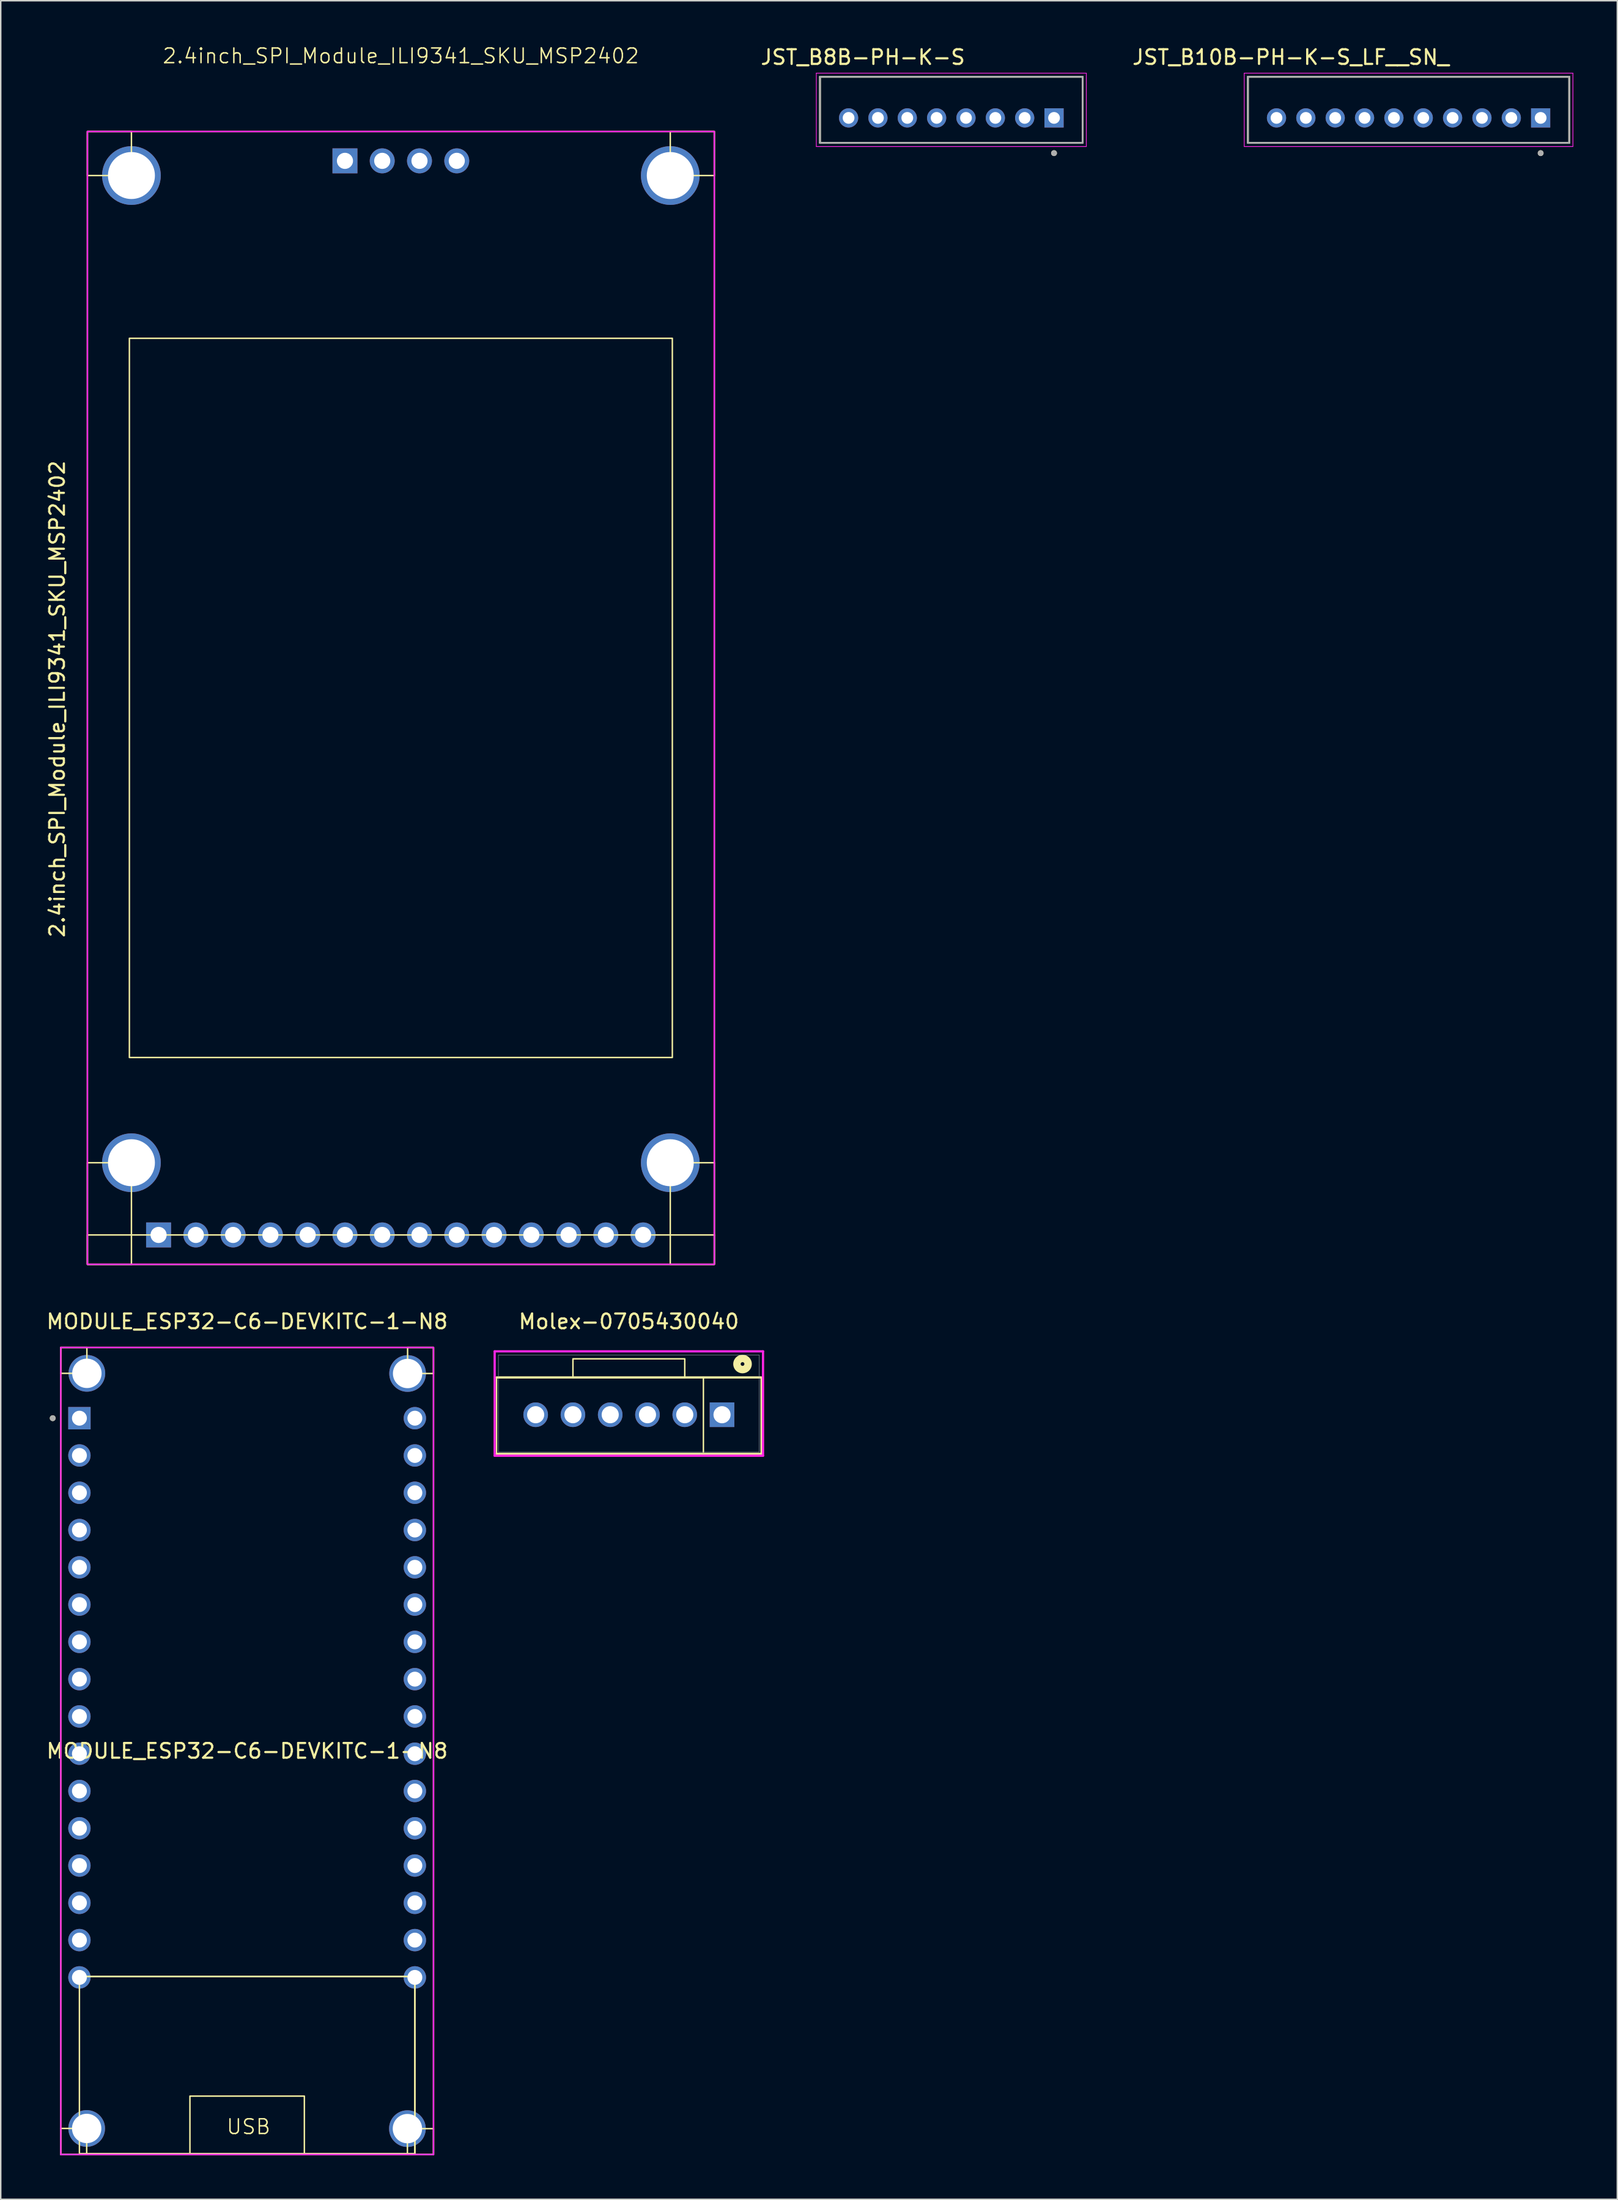
<source format=kicad_pcb>
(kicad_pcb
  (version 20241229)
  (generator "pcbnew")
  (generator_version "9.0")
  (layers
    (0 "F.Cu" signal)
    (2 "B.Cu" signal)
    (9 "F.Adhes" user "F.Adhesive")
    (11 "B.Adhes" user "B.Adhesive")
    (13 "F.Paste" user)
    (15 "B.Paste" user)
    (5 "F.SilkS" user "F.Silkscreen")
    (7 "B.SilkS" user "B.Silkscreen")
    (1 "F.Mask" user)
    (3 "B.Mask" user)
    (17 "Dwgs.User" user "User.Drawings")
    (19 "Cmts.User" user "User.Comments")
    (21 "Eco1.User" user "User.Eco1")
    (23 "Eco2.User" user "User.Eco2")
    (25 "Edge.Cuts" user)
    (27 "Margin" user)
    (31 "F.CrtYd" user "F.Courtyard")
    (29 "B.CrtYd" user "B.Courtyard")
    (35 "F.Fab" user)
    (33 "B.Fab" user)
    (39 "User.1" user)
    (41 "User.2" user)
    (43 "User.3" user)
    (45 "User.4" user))
  (footprint "Molex-0705430040"
    (layer "F.Cu")
    (at 39.804 93.541)
    (property "Reference" "Molex-0705430040" (at 0 -6.553 0) (unlocked yes) (layer "F.SilkS") (effects (font (size 1 1) (thickness 0.15))))
    (attr through_hole)
    (fp_line (start -9.017 -2.743) (end -9.017 2.464) (stroke (width 0.1) (type default)) (layer "F.SilkS"))
    (fp_line (start -9.017 2.464) (end 9.017 2.464) (stroke (width 0.152) (type solid)) (layer "F.SilkS"))
    (fp_line (start 9.017 -2.743) (end -9.017 -2.743) (stroke (width 0.152) (type solid)) (layer "F.SilkS"))
    (fp_line (start 9.017 -2.743) (end 9.017 2.464) (stroke (width 0.1) (type default)) (layer "F.SilkS"))
    (fp_rect (start -3.81 -4.013) (end 3.81 -2.743) (stroke (width 0.1) (type default)) (fill no) (layer "F.SilkS"))
    (fp_rect (start 5.08 -2.743) (end 5.08 2.337) (stroke (width 0.1) (type default)) (fill no) (layer "F.SilkS"))
    (fp_circle (center 7.747 -3.658) (end 8.128 -3.658) (stroke (width 0.508) (type solid)) (fill no) (layer "F.SilkS"))
    (fp_line (start -9.144 -4.521) (end -9.144 2.591) (stroke (width 0.152) (type solid)) (layer "F.CrtYd"))
    (fp_line (start -9.144 2.591) (end 9.144 2.591) (stroke (width 0.152) (type solid)) (layer "F.CrtYd"))
    (fp_line (start 9.144 -4.521) (end -9.144 -4.521) (stroke (width 0.152) (type solid)) (layer "F.CrtYd"))
    (fp_line (start 9.144 2.591) (end 9.144 -4.521) (stroke (width 0.152) (type solid)) (layer "F.CrtYd"))
    (fp_line (start -8.89 -4.267) (end -8.89 2.337) (stroke (width 0.025) (type solid)) (layer "F.Fab"))
    (fp_line (start -8.89 2.337) (end 8.89 2.337) (stroke (width 0.025) (type solid)) (layer "F.Fab"))
    (fp_line (start 8.89 -4.267) (end -8.89 -4.267) (stroke (width 0.025) (type solid)) (layer "F.Fab"))
    (fp_line (start 8.89 2.337) (end 8.89 -4.267) (stroke (width 0.025) (type solid)) (layer "F.Fab"))
    (pad "1" thru_hole rect (at 6.35 -0.203) (size 1.676 1.676) (drill 1.168) (layers "*.Cu" "*.Mask"))
    (pad "2" thru_hole circle (at 3.81 -0.203) (size 1.676 1.676) (drill 1.168) (layers "*.Cu" "*.Mask"))
    (pad "3" thru_hole circle (at 1.27 -0.203) (size 1.676 1.676) (drill 1.168) (layers "*.Cu" "*.Mask"))
    (pad "4" thru_hole circle (at -1.27 -0.203) (size 1.676 1.676) (drill 1.168) (layers "*.Cu" "*.Mask"))
    (pad "5" thru_hole circle (at -3.81 -0.203) (size 1.676 1.676) (drill 1.168) (layers "*.Cu" "*.Mask"))
    (pad "6" thru_hole circle (at -6.35 -0.203) (size 1.676 1.676) (drill 1.168) (layers "*.Cu" "*.Mask")))
  (footprint "JST_B8B-PH-K-S"
    (layer "F.Cu")
    (at 61.779 4.933)
    (property "Reference" "JST_B8B-PH-K-S" (at -6.025 -4.085 0) (layer "F.SilkS") (effects (font (size 1 1) (thickness 0.15))))
    (attr through_hole)
    (fp_line (start -8.95 -2.75) (end 8.95 -2.75) (stroke (width 0.127) (type solid)) (layer "F.SilkS"))
    (fp_line (start -8.95 1.75) (end -8.95 -2.75) (stroke (width 0.127) (type solid)) (layer "F.SilkS"))
    (fp_line (start 8.95 -2.75) (end 8.95 1.75) (stroke (width 0.127) (type solid)) (layer "F.SilkS"))
    (fp_line (start 8.95 1.75) (end -8.95 1.75) (stroke (width 0.127) (type solid)) (layer "F.SilkS"))
    (fp_circle (center 7 2.45) (end 7.1 2.45) (stroke (width 0.2) (type solid)) (fill no) (layer "F.SilkS"))
    (fp_line (start -9.2 -3) (end 9.2 -3) (stroke (width 0.05) (type solid)) (layer "F.CrtYd"))
    (fp_line (start -9.2 2) (end -9.2 -3) (stroke (width 0.05) (type solid)) (layer "F.CrtYd"))
    (fp_line (start 9.2 -3) (end 9.2 2) (stroke (width 0.05) (type solid)) (layer "F.CrtYd"))
    (fp_line (start 9.2 2) (end -9.2 2) (stroke (width 0.05) (type solid)) (layer "F.CrtYd"))
    (fp_line (start -8.95 -2.75) (end 8.95 -2.75) (stroke (width 0.127) (type solid)) (layer "F.Fab"))
    (fp_line (start -8.95 1.75) (end -8.95 -2.75) (stroke (width 0.127) (type solid)) (layer "F.Fab"))
    (fp_line (start 8.95 -2.75) (end 8.95 1.75) (stroke (width 0.127) (type solid)) (layer "F.Fab"))
    (fp_line (start 8.95 1.75) (end -8.95 1.75) (stroke (width 0.127) (type solid)) (layer "F.Fab"))
    (fp_circle (center 7 2.45) (end 7.1 2.45) (stroke (width 0.2) (type solid)) (fill no) (layer "F.Fab"))
    (pad "1" thru_hole rect (at 7 0.05) (size 1.308 1.308) (drill 0.8) (layers "*.Cu" "*.Mask"))
    (pad "2" thru_hole circle (at 5 0.05) (size 1.308 1.308) (drill 0.8) (layers "*.Cu" "*.Mask"))
    (pad "3" thru_hole circle (at 3 0.05) (size 1.308 1.308) (drill 0.8) (layers "*.Cu" "*.Mask"))
    (pad "4" thru_hole circle (at 1 0.05) (size 1.308 1.308) (drill 0.8) (layers "*.Cu" "*.Mask"))
    (pad "5" thru_hole circle (at -1 0.05) (size 1.308 1.308) (drill 0.8) (layers "*.Cu" "*.Mask"))
    (pad "6" thru_hole circle (at -3 0.05) (size 1.308 1.308) (drill 0.8) (layers "*.Cu" "*.Mask"))
    (pad "7" thru_hole circle (at -5 0.05) (size 1.308 1.308) (drill 0.8) (layers "*.Cu" "*.Mask"))
    (pad "8" thru_hole circle (at -7 0.05) (size 1.308 1.308) (drill 0.8) (layers "*.Cu" "*.Mask")))
  (footprint "JST_B10B-PH-K-S_LF__SN_"
    (layer "F.Cu")
    (at 92.94 4.433)
    (property "Reference" "JST_B10B-PH-K-S_LF__SN_" (at -8.025 -3.585 0) (layer "F.SilkS") (effects (font (size 1 1) (thickness 0.15))))
    (attr through_hole)
    (fp_line (start -10.95 -2.25) (end 10.95 -2.25) (stroke (width 0.127) (type solid)) (layer "F.SilkS"))
    (fp_line (start -10.95 2.25) (end -10.95 -2.25) (stroke (width 0.127) (type solid)) (layer "F.SilkS"))
    (fp_line (start 10.95 -2.25) (end 10.95 2.25) (stroke (width 0.127) (type solid)) (layer "F.SilkS"))
    (fp_line (start 10.95 2.25) (end -10.95 2.25) (stroke (width 0.127) (type solid)) (layer "F.SilkS"))
    (fp_circle (center 9 2.95) (end 9.1 2.95) (stroke (width 0.2) (type solid)) (fill no) (layer "F.SilkS"))
    (fp_line (start -11.2 -2.5) (end 11.2 -2.5) (stroke (width 0.05) (type solid)) (layer "F.CrtYd"))
    (fp_line (start -11.2 2.5) (end -11.2 -2.5) (stroke (width 0.05) (type solid)) (layer "F.CrtYd"))
    (fp_line (start 11.2 -2.5) (end 11.2 2.5) (stroke (width 0.05) (type solid)) (layer "F.CrtYd"))
    (fp_line (start 11.2 2.5) (end -11.2 2.5) (stroke (width 0.05) (type solid)) (layer "F.CrtYd"))
    (fp_line (start -10.95 -2.25) (end 10.95 -2.25) (stroke (width 0.127) (type solid)) (layer "F.Fab"))
    (fp_line (start -10.95 2.25) (end -10.95 -2.25) (stroke (width 0.127) (type solid)) (layer "F.Fab"))
    (fp_line (start 10.95 -2.25) (end 10.95 2.25) (stroke (width 0.127) (type solid)) (layer "F.Fab"))
    (fp_line (start 10.95 2.25) (end -10.95 2.25) (stroke (width 0.127) (type solid)) (layer "F.Fab"))
    (fp_circle (center 9 2.95) (end 9.1 2.95) (stroke (width 0.2) (type solid)) (fill no) (layer "F.Fab"))
    (pad "1" thru_hole rect (at 9 0.55) (size 1.308 1.308) (drill 0.8) (layers "*.Cu" "*.Mask"))
    (pad "2" thru_hole circle (at 7 0.55) (size 1.308 1.308) (drill 0.8) (layers "*.Cu" "*.Mask"))
    (pad "3" thru_hole circle (at 5 0.55) (size 1.308 1.308) (drill 0.8) (layers "*.Cu" "*.Mask"))
    (pad "4" thru_hole circle (at 3 0.55) (size 1.308 1.308) (drill 0.8) (layers "*.Cu" "*.Mask"))
    (pad "5" thru_hole circle (at 1 0.55) (size 1.308 1.308) (drill 0.8) (layers "*.Cu" "*.Mask"))
    (pad "6" thru_hole circle (at -1 0.55) (size 1.308 1.308) (drill 0.8) (layers "*.Cu" "*.Mask"))
    (pad "7" thru_hole circle (at -3 0.55) (size 1.308 1.308) (drill 0.8) (layers "*.Cu" "*.Mask"))
    (pad "8" thru_hole circle (at -5 0.55) (size 1.308 1.308) (drill 0.8) (layers "*.Cu" "*.Mask"))
    (pad "9" thru_hole circle (at -7 0.55) (size 1.308 1.308) (drill 0.8) (layers "*.Cu" "*.Mask"))
    (pad "10" thru_hole circle (at -9 0.55) (size 1.308 1.308) (drill 0.8) (layers "*.Cu" "*.Mask")))
  (footprint "MODULE_ESP32-C6-DEVKITC-1-N8"
    (layer "F.Cu")
    (at 13.792 117.899)
    (property "Reference" "MODULE_ESP32-C6-DEVKITC-1-N8" (at 0 -1.651 0) (layer "F.SilkS") (effects (font (size 1 1) (thickness 0.15))))
    (attr through_hole)
    (fp_line (start -11.43 13.716) (end 11.43 13.716) (stroke (width 0.1) (type default)) (layer "F.SilkS"))
    (fp_line (start 11.43 13.716) (end 11.43 25.781) (stroke (width 0.1) (type default)) (layer "F.SilkS"))
    (fp_rect (start -12.7 -29.146) (end -10.922 -27.381) (stroke (width 0.1) (type default)) (fill no) (layer "F.SilkS"))
    (fp_rect (start -12.7 -29.146) (end 12.7 25.845) (stroke (width 0.1) (type default)) (fill no) (layer "F.SilkS"))
    (fp_rect (start -12.7 24.067) (end -10.935 25.845) (stroke (width 0.1) (type default)) (fill no) (layer "F.SilkS"))
    (fp_rect (start -11.43 13.716) (end 11.43 25.781) (stroke (width 0.1) (type default)) (fill no) (layer "F.SilkS"))
    (fp_rect (start -3.899 21.863) (end 3.899 25.838) (stroke (width 0.1) (type default)) (fill no) (layer "F.SilkS"))
    (fp_rect (start 10.922 24.079) (end 12.7 25.845) (stroke (width 0.1) (type default)) (fill no) (layer "F.SilkS"))
    (fp_rect (start 10.935 -29.146) (end 12.7 -27.369) (stroke (width 0.1) (type default)) (fill no) (layer "F.SilkS"))
    (fp_circle (center -13.25 -24.325) (end -13.15 -24.325) (stroke (width 0.2) (type solid)) (fill no) (layer "F.SilkS"))
    (fp_rect (start -12.7 -29.146) (end 12.7 25.845) (stroke (width 0.1) (type solid)) (fill no) (layer "F.CrtYd"))
    (fp_circle (center -13.25 -24.325) (end -13.15 -24.325) (stroke (width 0.2) (type solid)) (fill no) (layer "F.Fab"))
    (fp_text user "USB" (at -1.473 24.536 0) (unlocked yes) (layer "F.SilkS") (effects (font (size 1 1) (thickness 0.1)) (justify left bottom)))
    (fp_text user "${REFERENCE}" (at 0 -30.912 0) (unlocked yes) (layer "F.SilkS") (effects (font (size 1 1) (thickness 0.15))))
    (pad "B1" thru_hole circle (at -10.922 -27.381) (size 2.5 2.5) (drill 2) (layers "*.Cu" "*.Mask"))
    (pad "B2" thru_hole circle (at 10.935 -27.369) (size 2.5 2.5) (drill 2) (layers "*.Cu" "*.Mask"))
    (pad "B3" thru_hole circle (at 10.922 24.079) (size 2.5 2.5) (drill 2) (layers "*.Cu" "*.Mask"))
    (pad "B4" thru_hole circle (at -10.935 24.067) (size 2.5 2.5) (drill 2) (layers "*.Cu" "*.Mask"))
    (pad "J1_1" thru_hole rect (at -11.43 -24.325) (size 1.524 1.524) (drill 1.016) (layers "*.Cu" "*.Mask"))
    (pad "J1_2" thru_hole circle (at -11.43 -21.785) (size 1.524 1.524) (drill 1.016) (layers "*.Cu" "*.Mask"))
    (pad "J1_3" thru_hole circle (at -11.43 -19.245) (size 1.524 1.524) (drill 1.016) (layers "*.Cu" "*.Mask"))
    (pad "J1_4" thru_hole circle (at -11.43 -16.705) (size 1.524 1.524) (drill 1.016) (layers "*.Cu" "*.Mask"))
    (pad "J1_5" thru_hole circle (at -11.43 -14.165) (size 1.524 1.524) (drill 1.016) (layers "*.Cu" "*.Mask"))
    (pad "J1_6" thru_hole circle (at -11.43 -11.625) (size 1.524 1.524) (drill 1.016) (layers "*.Cu" "*.Mask"))
    (pad "J1_7" thru_hole circle (at -11.43 -9.085) (size 1.524 1.524) (drill 1.016) (layers "*.Cu" "*.Mask"))
    (pad "J1_8" thru_hole circle (at -11.43 -6.545) (size 1.524 1.524) (drill 1.016) (layers "*.Cu" "*.Mask"))
    (pad "J1_9" thru_hole circle (at -11.43 -4.005) (size 1.524 1.524) (drill 1.016) (layers "*.Cu" "*.Mask"))
    (pad "J1_10" thru_hole circle (at -11.43 -1.465) (size 1.524 1.524) (drill 1.016) (layers "*.Cu" "*.Mask"))
    (pad "J1_11" thru_hole circle (at -11.43 1.075) (size 1.524 1.524) (drill 1.016) (layers "*.Cu" "*.Mask"))
    (pad "J1_12" thru_hole circle (at -11.43 3.615) (size 1.524 1.524) (drill 1.016) (layers "*.Cu" "*.Mask"))
    (pad "J1_13" thru_hole circle (at -11.43 6.155) (size 1.524 1.524) (drill 1.016) (layers "*.Cu" "*.Mask"))
    (pad "J1_14" thru_hole circle (at -11.43 8.695) (size 1.524 1.524) (drill 1.016) (layers "*.Cu" "*.Mask"))
    (pad "J1_15" thru_hole circle (at -11.43 11.235) (size 1.524 1.524) (drill 1.016) (layers "*.Cu" "*.Mask"))
    (pad "J1_16" thru_hole circle (at -11.43 13.775) (size 1.524 1.524) (drill 1.016) (layers "*.Cu" "*.Mask"))
    (pad "J3_1" thru_hole circle (at 11.43 -24.325) (size 1.524 1.524) (drill 1.016) (layers "*.Cu" "*.Mask"))
    (pad "J3_2" thru_hole circle (at 11.43 -21.785) (size 1.524 1.524) (drill 1.016) (layers "*.Cu" "*.Mask"))
    (pad "J3_3" thru_hole circle (at 11.43 -19.245) (size 1.524 1.524) (drill 1.016) (layers "*.Cu" "*.Mask"))
    (pad "J3_4" thru_hole circle (at 11.43 -16.705) (size 1.524 1.524) (drill 1.016) (layers "*.Cu" "*.Mask"))
    (pad "J3_5" thru_hole circle (at 11.43 -14.165) (size 1.524 1.524) (drill 1.016) (layers "*.Cu" "*.Mask"))
    (pad "J3_6" thru_hole circle (at 11.43 -11.625) (size 1.524 1.524) (drill 1.016) (layers "*.Cu" "*.Mask"))
    (pad "J3_7" thru_hole circle (at 11.43 -9.085) (size 1.524 1.524) (drill 1.016) (layers "*.Cu" "*.Mask"))
    (pad "J3_8" thru_hole circle (at 11.43 -6.545) (size 1.524 1.524) (drill 1.016) (layers "*.Cu" "*.Mask"))
    (pad "J3_9" thru_hole circle (at 11.43 -4.005) (size 1.524 1.524) (drill 1.016) (layers "*.Cu" "*.Mask"))
    (pad "J3_10" thru_hole circle (at 11.43 -1.465) (size 1.524 1.524) (drill 1.016) (layers "*.Cu" "*.Mask"))
    (pad "J3_11" thru_hole circle (at 11.43 1.075) (size 1.524 1.524) (drill 1.016) (layers "*.Cu" "*.Mask"))
    (pad "J3_12" thru_hole circle (at 11.43 3.615) (size 1.524 1.524) (drill 1.016) (layers "*.Cu" "*.Mask"))
    (pad "J3_13" thru_hole circle (at 11.43 6.155) (size 1.524 1.524) (drill 1.016) (layers "*.Cu" "*.Mask"))
    (pad "J3_14" thru_hole circle (at 11.43 8.695) (size 1.524 1.524) (drill 1.016) (layers "*.Cu" "*.Mask"))
    (pad "J3_15" thru_hole circle (at 11.43 11.235) (size 1.524 1.524) (drill 1.016) (layers "*.Cu" "*.Mask"))
    (pad "J3_16" thru_hole circle (at 11.43 13.775) (size 1.524 1.524) (drill 1.016) (layers "*.Cu" "*.Mask")))
  (footprint "2.4inch_SPI_Module_ILI9341_SKU_MSP2402"
    (layer "F.Cu")
    (at 24.267 44.499)
    (property "Reference" "2.4inch_SPI_Module_ILI9341_SKU_MSP2402" (at 0 -43.739 0) (unlocked yes) (layer "F.SilkS") (effects (font (size 1 1) (thickness 0.1))))
    (attr through_hole)
    (fp_rect (start -21.36 -38.59) (end -18.36 -35.59) (stroke (width 0.1) (type default)) (fill no) (layer "F.SilkS"))
    (fp_rect (start -21.36 31.67) (end -18.36 38.59) (stroke (width 0.1) (type default)) (fill no) (layer "F.SilkS"))
    (fp_rect (start -21.36 36.59) (end 21.36 38.59) (stroke (width 0.1) (type default)) (fill no) (layer "F.SilkS"))
    (fp_rect (start -21.36 38.59) (end 21.36 -38.59) (stroke (width 0.1) (type default)) (fill no) (layer "F.SilkS"))
    (fp_rect (start -18.5 -24.5) (end 18.5 24.5) (stroke (width 0.1) (type default)) (fill no) (layer "F.SilkS"))
    (fp_rect (start 18.36 -38.59) (end 21.36 -35.59) (stroke (width 0.1) (type default)) (fill no) (layer "F.SilkS"))
    (fp_rect (start 18.36 31.67) (end 21.36 38.59) (stroke (width 0.1) (type default)) (fill no) (layer "F.SilkS"))
    (fp_rect (start -21.36 38.59) (end 21.36 -38.59) (stroke (width 0.1) (type solid)) (fill no) (layer "F.CrtYd"))
    (fp_text user "${REFERENCE}" (at -23.419 0.076 90) (unlocked yes) (layer "F.SilkS") (effects (font (size 1 1) (thickness 0.15))))
    (pad "B1" thru_hole circle (at -18.36 -35.59) (size 4 4) (drill 3.2) (layers "*.Cu" "*.Mask"))
    (pad "B2" thru_hole circle (at 18.36 -35.59) (size 4 4) (drill 3.2) (layers "*.Cu" "*.Mask"))
    (pad "B3" thru_hole circle (at -18.36 31.67) (size 4 4) (drill 3.2) (layers "*.Cu" "*.Mask"))
    (pad "B4" thru_hole circle (at 18.36 31.67) (size 4 4) (drill 3.2) (layers "*.Cu" "*.Mask"))
    (pad "J2-1" thru_hole rect (at -16.51 36.59) (size 1.7 1.7) (drill 1.1) (layers "*.Cu" "*.Mask"))
    (pad "J2-2" thru_hole circle (at -13.97 36.59) (size 1.7 1.7) (drill 1.1) (layers "*.Cu" "*.Mask"))
    (pad "J2-3" thru_hole circle (at -11.43 36.59) (size 1.7 1.7) (drill 1.1) (layers "*.Cu" "*.Mask"))
    (pad "J2-4" thru_hole circle (at -8.89 36.59) (size 1.7 1.7) (drill 1.1) (layers "*.Cu" "*.Mask"))
    (pad "J2-5" thru_hole circle (at -6.35 36.59) (size 1.7 1.7) (drill 1.1) (layers "*.Cu" "*.Mask"))
    (pad "J2-6" thru_hole circle (at -3.81 36.59) (size 1.7 1.7) (drill 1.1) (layers "*.Cu" "*.Mask"))
    (pad "J2-7" thru_hole circle (at -1.27 36.59) (size 1.7 1.7) (drill 1.1) (layers "*.Cu" "*.Mask"))
    (pad "J2-8" thru_hole circle (at 1.27 36.59) (size 1.7 1.7) (drill 1.1) (layers "*.Cu" "*.Mask"))
    (pad "J2-9" thru_hole circle (at 3.81 36.59) (size 1.7 1.7) (drill 1.1) (layers "*.Cu" "*.Mask"))
    (pad "J2-10" thru_hole circle (at 6.35 36.59) (size 1.7 1.7) (drill 1.1) (layers "*.Cu" "*.Mask"))
    (pad "J2-11" thru_hole circle (at 8.89 36.59) (size 1.7 1.7) (drill 1.1) (layers "*.Cu" "*.Mask"))
    (pad "J2-12" thru_hole circle (at 11.43 36.59) (size 1.7 1.7) (drill 1.1) (layers "*.Cu" "*.Mask"))
    (pad "J2-13" thru_hole circle (at 13.97 36.59) (size 1.7 1.7) (drill 1.1) (layers "*.Cu" "*.Mask"))
    (pad "J2-14" thru_hole circle (at 16.51 36.59) (size 1.7 1.7) (drill 1.1) (layers "*.Cu" "*.Mask"))
    (pad "J4-1" thru_hole rect (at -3.81 -36.59) (size 1.7 1.7) (drill 1.1) (layers "*.Cu" "*.Mask"))
    (pad "J4-2" thru_hole circle (at -1.27 -36.59) (size 1.7 1.7) (drill 1.1) (layers "*.Cu" "*.Mask"))
    (pad "J4-3" thru_hole circle (at 1.27 -36.59) (size 1.7 1.7) (drill 1.1) (layers "*.Cu" "*.Mask"))
    (pad "J4-4" thru_hole circle (at 3.81 -36.59) (size 1.7 1.7) (drill 1.1) (layers "*.Cu" "*.Mask")))
  (gr_rect
    (start -3 -3)
    (end 107.165 146.794)
    (stroke (width 0.1) (type default))
    (fill no)
    (layer "Edge.Cuts")))
</source>
